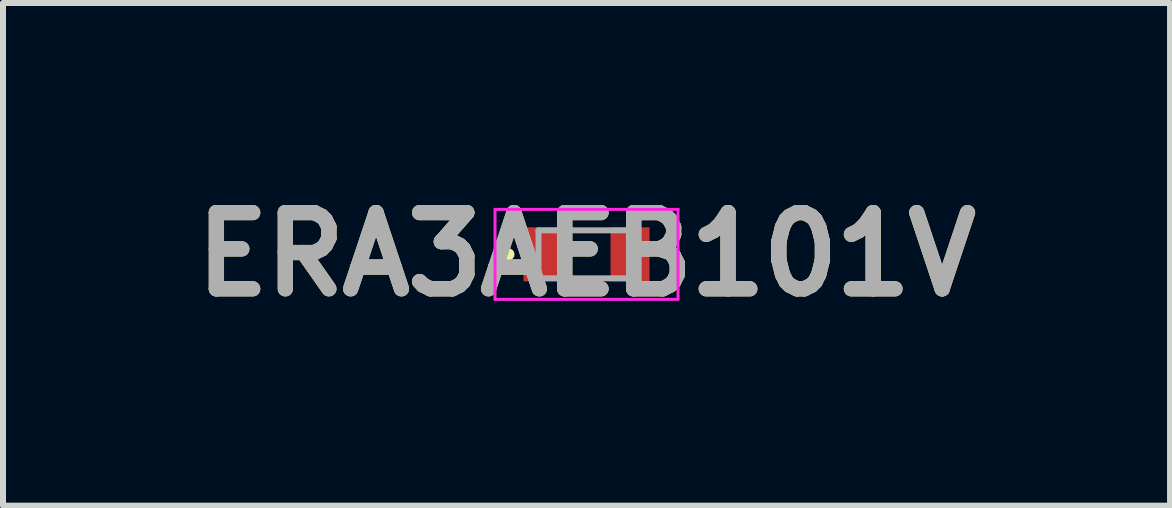
<source format=kicad_pcb>
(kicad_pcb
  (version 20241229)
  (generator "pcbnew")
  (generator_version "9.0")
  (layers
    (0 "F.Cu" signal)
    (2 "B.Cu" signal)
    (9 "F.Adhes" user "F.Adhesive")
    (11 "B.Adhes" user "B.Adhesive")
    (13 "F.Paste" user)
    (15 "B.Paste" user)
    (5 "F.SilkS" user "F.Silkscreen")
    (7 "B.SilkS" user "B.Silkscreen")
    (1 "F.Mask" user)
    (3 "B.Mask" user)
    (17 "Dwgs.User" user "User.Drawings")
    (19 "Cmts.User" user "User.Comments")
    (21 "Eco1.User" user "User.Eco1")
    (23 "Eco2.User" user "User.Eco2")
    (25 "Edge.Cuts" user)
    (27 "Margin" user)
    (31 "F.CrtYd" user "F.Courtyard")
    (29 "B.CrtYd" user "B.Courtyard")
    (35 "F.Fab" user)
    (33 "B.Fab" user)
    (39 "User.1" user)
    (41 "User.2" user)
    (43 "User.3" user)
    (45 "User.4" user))
  (footprint "ERA3AEB101V"
    (layer "F.Cu")
    (at 6.725 1.189)
    (property "Reference" "ERA3AEB101V" (at 0 0 0) (layer "F.SilkS") (effects (font (size 1.27 1.27) (thickness 0.254))))
    (attr smd)
    (fp_line (start -1.3 -0.05) (end -1.3 -0.05) (stroke (width 0.1) (type solid)) (layer "F.SilkS"))
    (fp_line (start -1.3 0.05) (end -1.3 0.05) (stroke (width 0.1) (type solid)) (layer "F.SilkS"))
    (fp_arc (start -1.3 -0.05) (mid -1.25 0) (end -1.3 0.05) (stroke (width 0.1) (type solid)) (layer "F.SilkS"))
    (fp_arc (start -1.3 0.05) (mid -1.35 0) (end -1.3 -0.05) (stroke (width 0.1) (type solid)) (layer "F.SilkS"))
    (fp_line (start -1.525 -0.75) (end 1.525 -0.75) (stroke (width 0.05) (type solid)) (layer "F.CrtYd"))
    (fp_line (start -1.525 0.75) (end -1.525 -0.75) (stroke (width 0.05) (type solid)) (layer "F.CrtYd"))
    (fp_line (start 1.525 -0.75) (end 1.525 0.75) (stroke (width 0.05) (type solid)) (layer "F.CrtYd"))
    (fp_line (start 1.525 0.75) (end -1.525 0.75) (stroke (width 0.05) (type solid)) (layer "F.CrtYd"))
    (fp_line (start -0.8 -0.4) (end 0.8 -0.4) (stroke (width 0.1) (type solid)) (layer "F.Fab"))
    (fp_line (start -0.8 0.4) (end -0.8 -0.4) (stroke (width 0.1) (type solid)) (layer "F.Fab"))
    (fp_line (start 0.8 -0.4) (end 0.8 0.4) (stroke (width 0.1) (type solid)) (layer "F.Fab"))
    (fp_line (start 0.8 0.4) (end -0.8 0.4) (stroke (width 0.1) (type solid)) (layer "F.Fab"))
    (fp_text user "${REFERENCE}" (at 0 0 0) (layer "F.Fab") (effects (font (size 1.27 1.27) (thickness 0.254))))
    (pad "1" smd rect (at -0.725 0) (size 0.65 0.9) (layers "F.Cu" "F.Mask" "F.Paste"))
    (pad "2" smd rect (at 0.725 0) (size 0.65 0.9) (layers "F.Cu" "F.Mask" "F.Paste")))
  (gr_rect
    (start -3 -3)
    (end 16.45 5.377)
    (stroke (width 0.1) (type default))
    (fill no)
    (layer "Edge.Cuts")))
</source>
